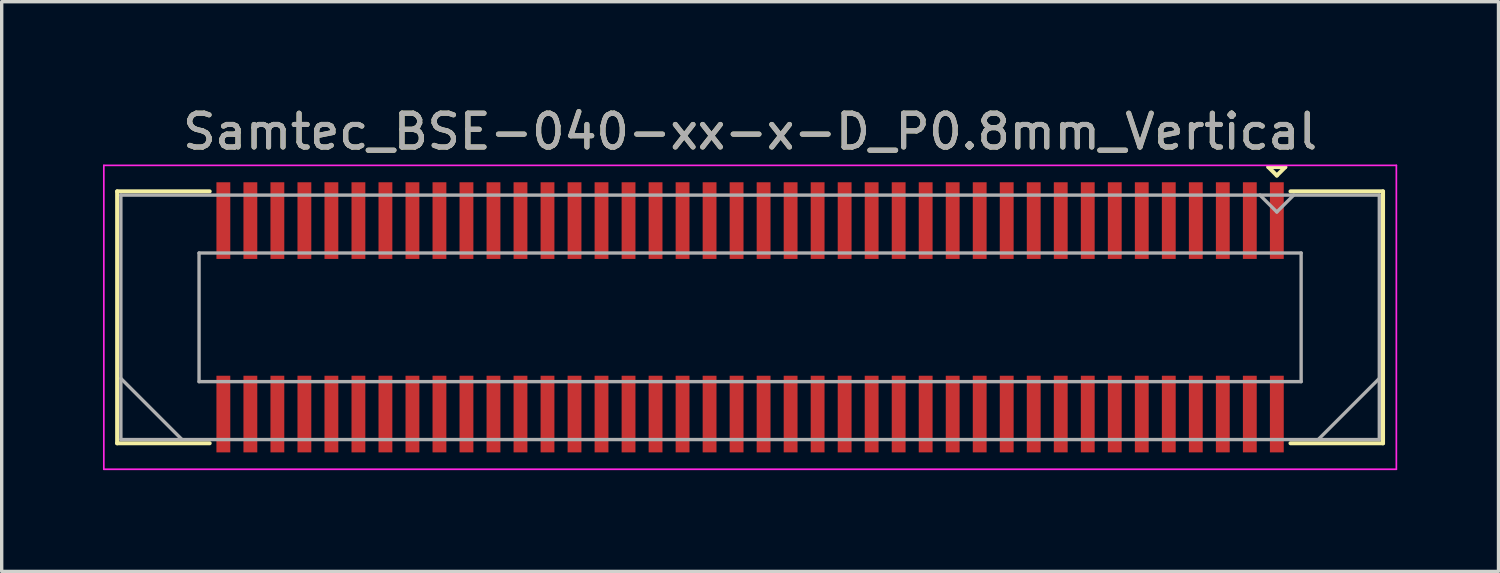
<source format=kicad_pcb>
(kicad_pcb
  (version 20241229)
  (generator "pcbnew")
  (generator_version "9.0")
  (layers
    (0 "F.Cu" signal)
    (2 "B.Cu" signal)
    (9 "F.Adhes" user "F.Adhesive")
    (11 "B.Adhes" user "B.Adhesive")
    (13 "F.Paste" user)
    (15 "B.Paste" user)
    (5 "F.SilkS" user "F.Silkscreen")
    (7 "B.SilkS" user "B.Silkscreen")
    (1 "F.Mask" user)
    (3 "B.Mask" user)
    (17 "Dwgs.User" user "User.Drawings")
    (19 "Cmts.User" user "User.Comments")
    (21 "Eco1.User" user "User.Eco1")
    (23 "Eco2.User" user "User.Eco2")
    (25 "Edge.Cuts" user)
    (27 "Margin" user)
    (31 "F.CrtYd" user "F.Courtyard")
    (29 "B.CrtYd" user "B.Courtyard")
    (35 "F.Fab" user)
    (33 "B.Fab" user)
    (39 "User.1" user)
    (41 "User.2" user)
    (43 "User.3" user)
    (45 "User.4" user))
  (footprint "Samtec_BSE-040-xx-x-D_P0.8mm_Vertical"
    (layer "F.Cu")
    (at 19.165 6.348)
    (property "Reference" "Samtec_BSE-040-xx-x-D_P0.8mm_Vertical" (at 0 -5.5 0) (layer "F.SilkS") (effects (font (size 1 1) (thickness 0.15))))
    (attr smd)
    (fp_line (start -18.745 -3.73) (end -16.005 -3.73) (stroke (width 0.12) (type solid)) (layer "F.SilkS"))
    (fp_line (start -18.745 3.73) (end -18.745 -3.73) (stroke (width 0.12) (type solid)) (layer "F.SilkS"))
    (fp_line (start -16.005 3.73) (end -18.745 3.73) (stroke (width 0.12) (type solid)) (layer "F.SilkS"))
    (fp_line (start 15.35 -4.45) (end 15.85 -4.45) (stroke (width 0.12) (type solid)) (layer "F.SilkS"))
    (fp_line (start 15.6 -4.2) (end 15.35 -4.45) (stroke (width 0.12) (type solid)) (layer "F.SilkS"))
    (fp_line (start 15.85 -4.45) (end 15.6 -4.2) (stroke (width 0.12) (type solid)) (layer "F.SilkS"))
    (fp_line (start 16.005 3.73) (end 18.745 3.73) (stroke (width 0.12) (type solid)) (layer "F.SilkS"))
    (fp_line (start 18.745 -3.73) (end 16.005 -3.73) (stroke (width 0.12) (type solid)) (layer "F.SilkS"))
    (fp_line (start 18.745 3.73) (end 18.745 -3.73) (stroke (width 0.12) (type solid)) (layer "F.SilkS"))
    (fp_line (start -19.14 -4.5) (end -19.14 4.5) (stroke (width 0.05) (type solid)) (layer "F.CrtYd"))
    (fp_line (start -19.14 4.5) (end 19.14 4.5) (stroke (width 0.05) (type solid)) (layer "F.CrtYd"))
    (fp_line (start 19.14 -4.5) (end -19.14 -4.5) (stroke (width 0.05) (type solid)) (layer "F.CrtYd"))
    (fp_line (start 19.14 4.5) (end 19.14 -4.5) (stroke (width 0.05) (type solid)) (layer "F.CrtYd"))
    (fp_line (start -18.635 -3.62) (end -18.635 3.62) (stroke (width 0.1) (type solid)) (layer "F.Fab"))
    (fp_line (start -18.635 1.81) (end -16.825 3.62) (stroke (width 0.1) (type solid)) (layer "F.Fab"))
    (fp_line (start -18.635 3.62) (end 18.635 3.62) (stroke (width 0.1) (type solid)) (layer "F.Fab"))
    (fp_line (start -16.32 -1.905) (end -16.32 1.905) (stroke (width 0.1) (type solid)) (layer "F.Fab"))
    (fp_line (start -16.32 1.905) (end 16.32 1.905) (stroke (width 0.1) (type solid)) (layer "F.Fab"))
    (fp_line (start 15.6 -3.12) (end 15.1 -3.62) (stroke (width 0.1) (type solid)) (layer "F.Fab"))
    (fp_line (start 16.1 -3.62) (end 15.6 -3.12) (stroke (width 0.1) (type solid)) (layer "F.Fab"))
    (fp_line (start 16.32 -1.905) (end -16.32 -1.905) (stroke (width 0.1) (type solid)) (layer "F.Fab"))
    (fp_line (start 16.32 1.905) (end 16.32 -1.905) (stroke (width 0.1) (type solid)) (layer "F.Fab"))
    (fp_line (start 18.635 -3.62) (end -18.635 -3.62) (stroke (width 0.1) (type solid)) (layer "F.Fab"))
    (fp_line (start 18.635 1.81) (end 16.825 3.62) (stroke (width 0.1) (type solid)) (layer "F.Fab"))
    (fp_line (start 18.635 3.62) (end 18.635 -3.62) (stroke (width 0.1) (type solid)) (layer "F.Fab"))
    (fp_text user "${REFERENCE}" (at 0 -5.5 0) (layer "F.Fab") (effects (font (size 1 1) (thickness 0.15))))
    (pad "1" smd rect (at 15.6 -2.865) (size 0.41 2.27) (layers "F.Cu" "F.Mask" "F.Paste"))
    (pad "2" smd rect (at 15.6 2.865) (size 0.41 2.27) (layers "F.Cu" "F.Mask" "F.Paste"))
    (pad "3" smd rect (at 14.8 -2.865) (size 0.41 2.27) (layers "F.Cu" "F.Mask" "F.Paste"))
    (pad "4" smd rect (at 14.8 2.865) (size 0.41 2.27) (layers "F.Cu" "F.Mask" "F.Paste"))
    (pad "5" smd rect (at 14 -2.865) (size 0.41 2.27) (layers "F.Cu" "F.Mask" "F.Paste"))
    (pad "6" smd rect (at 14 2.865) (size 0.41 2.27) (layers "F.Cu" "F.Mask" "F.Paste"))
    (pad "7" smd rect (at 13.2 -2.865) (size 0.41 2.27) (layers "F.Cu" "F.Mask" "F.Paste"))
    (pad "8" smd rect (at 13.2 2.865) (size 0.41 2.27) (layers "F.Cu" "F.Mask" "F.Paste"))
    (pad "9" smd rect (at 12.4 -2.865) (size 0.41 2.27) (layers "F.Cu" "F.Mask" "F.Paste"))
    (pad "10" smd rect (at 12.4 2.865) (size 0.41 2.27) (layers "F.Cu" "F.Mask" "F.Paste"))
    (pad "11" smd rect (at 11.6 -2.865) (size 0.41 2.27) (layers "F.Cu" "F.Mask" "F.Paste"))
    (pad "12" smd rect (at 11.6 2.865) (size 0.41 2.27) (layers "F.Cu" "F.Mask" "F.Paste"))
    (pad "13" smd rect (at 10.8 -2.865) (size 0.41 2.27) (layers "F.Cu" "F.Mask" "F.Paste"))
    (pad "14" smd rect (at 10.8 2.865) (size 0.41 2.27) (layers "F.Cu" "F.Mask" "F.Paste"))
    (pad "15" smd rect (at 10 -2.865) (size 0.41 2.27) (layers "F.Cu" "F.Mask" "F.Paste"))
    (pad "16" smd rect (at 10 2.865) (size 0.41 2.27) (layers "F.Cu" "F.Mask" "F.Paste"))
    (pad "17" smd rect (at 9.2 -2.865) (size 0.41 2.27) (layers "F.Cu" "F.Mask" "F.Paste"))
    (pad "18" smd rect (at 9.2 2.865) (size 0.41 2.27) (layers "F.Cu" "F.Mask" "F.Paste"))
    (pad "19" smd rect (at 8.4 -2.865) (size 0.41 2.27) (layers "F.Cu" "F.Mask" "F.Paste"))
    (pad "20" smd rect (at 8.4 2.865) (size 0.41 2.27) (layers "F.Cu" "F.Mask" "F.Paste"))
    (pad "21" smd rect (at 7.6 -2.865) (size 0.41 2.27) (layers "F.Cu" "F.Mask" "F.Paste"))
    (pad "22" smd rect (at 7.6 2.865) (size 0.41 2.27) (layers "F.Cu" "F.Mask" "F.Paste"))
    (pad "23" smd rect (at 6.8 -2.865) (size 0.41 2.27) (layers "F.Cu" "F.Mask" "F.Paste"))
    (pad "24" smd rect (at 6.8 2.865) (size 0.41 2.27) (layers "F.Cu" "F.Mask" "F.Paste"))
    (pad "25" smd rect (at 6 -2.865) (size 0.41 2.27) (layers "F.Cu" "F.Mask" "F.Paste"))
    (pad "26" smd rect (at 6 2.865) (size 0.41 2.27) (layers "F.Cu" "F.Mask" "F.Paste"))
    (pad "27" smd rect (at 5.2 -2.865) (size 0.41 2.27) (layers "F.Cu" "F.Mask" "F.Paste"))
    (pad "28" smd rect (at 5.2 2.865) (size 0.41 2.27) (layers "F.Cu" "F.Mask" "F.Paste"))
    (pad "29" smd rect (at 4.4 -2.865) (size 0.41 2.27) (layers "F.Cu" "F.Mask" "F.Paste"))
    (pad "30" smd rect (at 4.4 2.865) (size 0.41 2.27) (layers "F.Cu" "F.Mask" "F.Paste"))
    (pad "31" smd rect (at 3.6 -2.865) (size 0.41 2.27) (layers "F.Cu" "F.Mask" "F.Paste"))
    (pad "32" smd rect (at 3.6 2.865) (size 0.41 2.27) (layers "F.Cu" "F.Mask" "F.Paste"))
    (pad "33" smd rect (at 2.8 -2.865) (size 0.41 2.27) (layers "F.Cu" "F.Mask" "F.Paste"))
    (pad "34" smd rect (at 2.8 2.865) (size 0.41 2.27) (layers "F.Cu" "F.Mask" "F.Paste"))
    (pad "35" smd rect (at 2 -2.865) (size 0.41 2.27) (layers "F.Cu" "F.Mask" "F.Paste"))
    (pad "36" smd rect (at 2 2.865) (size 0.41 2.27) (layers "F.Cu" "F.Mask" "F.Paste"))
    (pad "37" smd rect (at 1.2 -2.865) (size 0.41 2.27) (layers "F.Cu" "F.Mask" "F.Paste"))
    (pad "38" smd rect (at 1.2 2.865) (size 0.41 2.27) (layers "F.Cu" "F.Mask" "F.Paste"))
    (pad "39" smd rect (at 0.4 -2.865) (size 0.41 2.27) (layers "F.Cu" "F.Mask" "F.Paste"))
    (pad "40" smd rect (at 0.4 2.865) (size 0.41 2.27) (layers "F.Cu" "F.Mask" "F.Paste"))
    (pad "41" smd rect (at -0.4 -2.865) (size 0.41 2.27) (layers "F.Cu" "F.Mask" "F.Paste"))
    (pad "42" smd rect (at -0.4 2.865) (size 0.41 2.27) (layers "F.Cu" "F.Mask" "F.Paste"))
    (pad "43" smd rect (at -1.2 -2.865) (size 0.41 2.27) (layers "F.Cu" "F.Mask" "F.Paste"))
    (pad "44" smd rect (at -1.2 2.865) (size 0.41 2.27) (layers "F.Cu" "F.Mask" "F.Paste"))
    (pad "45" smd rect (at -2 -2.865) (size 0.41 2.27) (layers "F.Cu" "F.Mask" "F.Paste"))
    (pad "46" smd rect (at -2 2.865) (size 0.41 2.27) (layers "F.Cu" "F.Mask" "F.Paste"))
    (pad "47" smd rect (at -2.8 -2.865) (size 0.41 2.27) (layers "F.Cu" "F.Mask" "F.Paste"))
    (pad "48" smd rect (at -2.8 2.865) (size 0.41 2.27) (layers "F.Cu" "F.Mask" "F.Paste"))
    (pad "49" smd rect (at -3.6 -2.865) (size 0.41 2.27) (layers "F.Cu" "F.Mask" "F.Paste"))
    (pad "50" smd rect (at -3.6 2.865) (size 0.41 2.27) (layers "F.Cu" "F.Mask" "F.Paste"))
    (pad "51" smd rect (at -4.4 -2.865) (size 0.41 2.27) (layers "F.Cu" "F.Mask" "F.Paste"))
    (pad "52" smd rect (at -4.4 2.865) (size 0.41 2.27) (layers "F.Cu" "F.Mask" "F.Paste"))
    (pad "53" smd rect (at -5.2 -2.865) (size 0.41 2.27) (layers "F.Cu" "F.Mask" "F.Paste"))
    (pad "54" smd rect (at -5.2 2.865) (size 0.41 2.27) (layers "F.Cu" "F.Mask" "F.Paste"))
    (pad "55" smd rect (at -6 -2.865) (size 0.41 2.27) (layers "F.Cu" "F.Mask" "F.Paste"))
    (pad "56" smd rect (at -6 2.865) (size 0.41 2.27) (layers "F.Cu" "F.Mask" "F.Paste"))
    (pad "57" smd rect (at -6.8 -2.865) (size 0.41 2.27) (layers "F.Cu" "F.Mask" "F.Paste"))
    (pad "58" smd rect (at -6.8 2.865) (size 0.41 2.27) (layers "F.Cu" "F.Mask" "F.Paste"))
    (pad "59" smd rect (at -7.6 -2.865) (size 0.41 2.27) (layers "F.Cu" "F.Mask" "F.Paste"))
    (pad "60" smd rect (at -7.6 2.865) (size 0.41 2.27) (layers "F.Cu" "F.Mask" "F.Paste"))
    (pad "61" smd rect (at -8.4 -2.865) (size 0.41 2.27) (layers "F.Cu" "F.Mask" "F.Paste"))
    (pad "62" smd rect (at -8.4 2.865) (size 0.41 2.27) (layers "F.Cu" "F.Mask" "F.Paste"))
    (pad "63" smd rect (at -9.2 -2.865) (size 0.41 2.27) (layers "F.Cu" "F.Mask" "F.Paste"))
    (pad "64" smd rect (at -9.2 2.865) (size 0.41 2.27) (layers "F.Cu" "F.Mask" "F.Paste"))
    (pad "65" smd rect (at -10 -2.865) (size 0.41 2.27) (layers "F.Cu" "F.Mask" "F.Paste"))
    (pad "66" smd rect (at -10 2.865) (size 0.41 2.27) (layers "F.Cu" "F.Mask" "F.Paste"))
    (pad "67" smd rect (at -10.8 -2.865) (size 0.41 2.27) (layers "F.Cu" "F.Mask" "F.Paste"))
    (pad "68" smd rect (at -10.8 2.865) (size 0.41 2.27) (layers "F.Cu" "F.Mask" "F.Paste"))
    (pad "69" smd rect (at -11.6 -2.865) (size 0.41 2.27) (layers "F.Cu" "F.Mask" "F.Paste"))
    (pad "70" smd rect (at -11.6 2.865) (size 0.41 2.27) (layers "F.Cu" "F.Mask" "F.Paste"))
    (pad "71" smd rect (at -12.4 -2.865) (size 0.41 2.27) (layers "F.Cu" "F.Mask" "F.Paste"))
    (pad "72" smd rect (at -12.4 2.865) (size 0.41 2.27) (layers "F.Cu" "F.Mask" "F.Paste"))
    (pad "73" smd rect (at -13.2 -2.865) (size 0.41 2.27) (layers "F.Cu" "F.Mask" "F.Paste"))
    (pad "74" smd rect (at -13.2 2.865) (size 0.41 2.27) (layers "F.Cu" "F.Mask" "F.Paste"))
    (pad "75" smd rect (at -14 -2.865) (size 0.41 2.27) (layers "F.Cu" "F.Mask" "F.Paste"))
    (pad "76" smd rect (at -14 2.865) (size 0.41 2.27) (layers "F.Cu" "F.Mask" "F.Paste"))
    (pad "77" smd rect (at -14.8 -2.865) (size 0.41 2.27) (layers "F.Cu" "F.Mask" "F.Paste"))
    (pad "78" smd rect (at -14.8 2.865) (size 0.41 2.27) (layers "F.Cu" "F.Mask" "F.Paste"))
    (pad "79" smd rect (at -15.6 -2.865) (size 0.41 2.27) (layers "F.Cu" "F.Mask" "F.Paste"))
    (pad "80" smd rect (at -15.6 2.865) (size 0.41 2.27) (layers "F.Cu" "F.Mask" "F.Paste")))
  (gr_rect
    (start -3 -3)
    (end 41.33 13.873)
    (stroke (width 0.1) (type default))
    (fill no)
    (layer "Edge.Cuts")))
</source>
